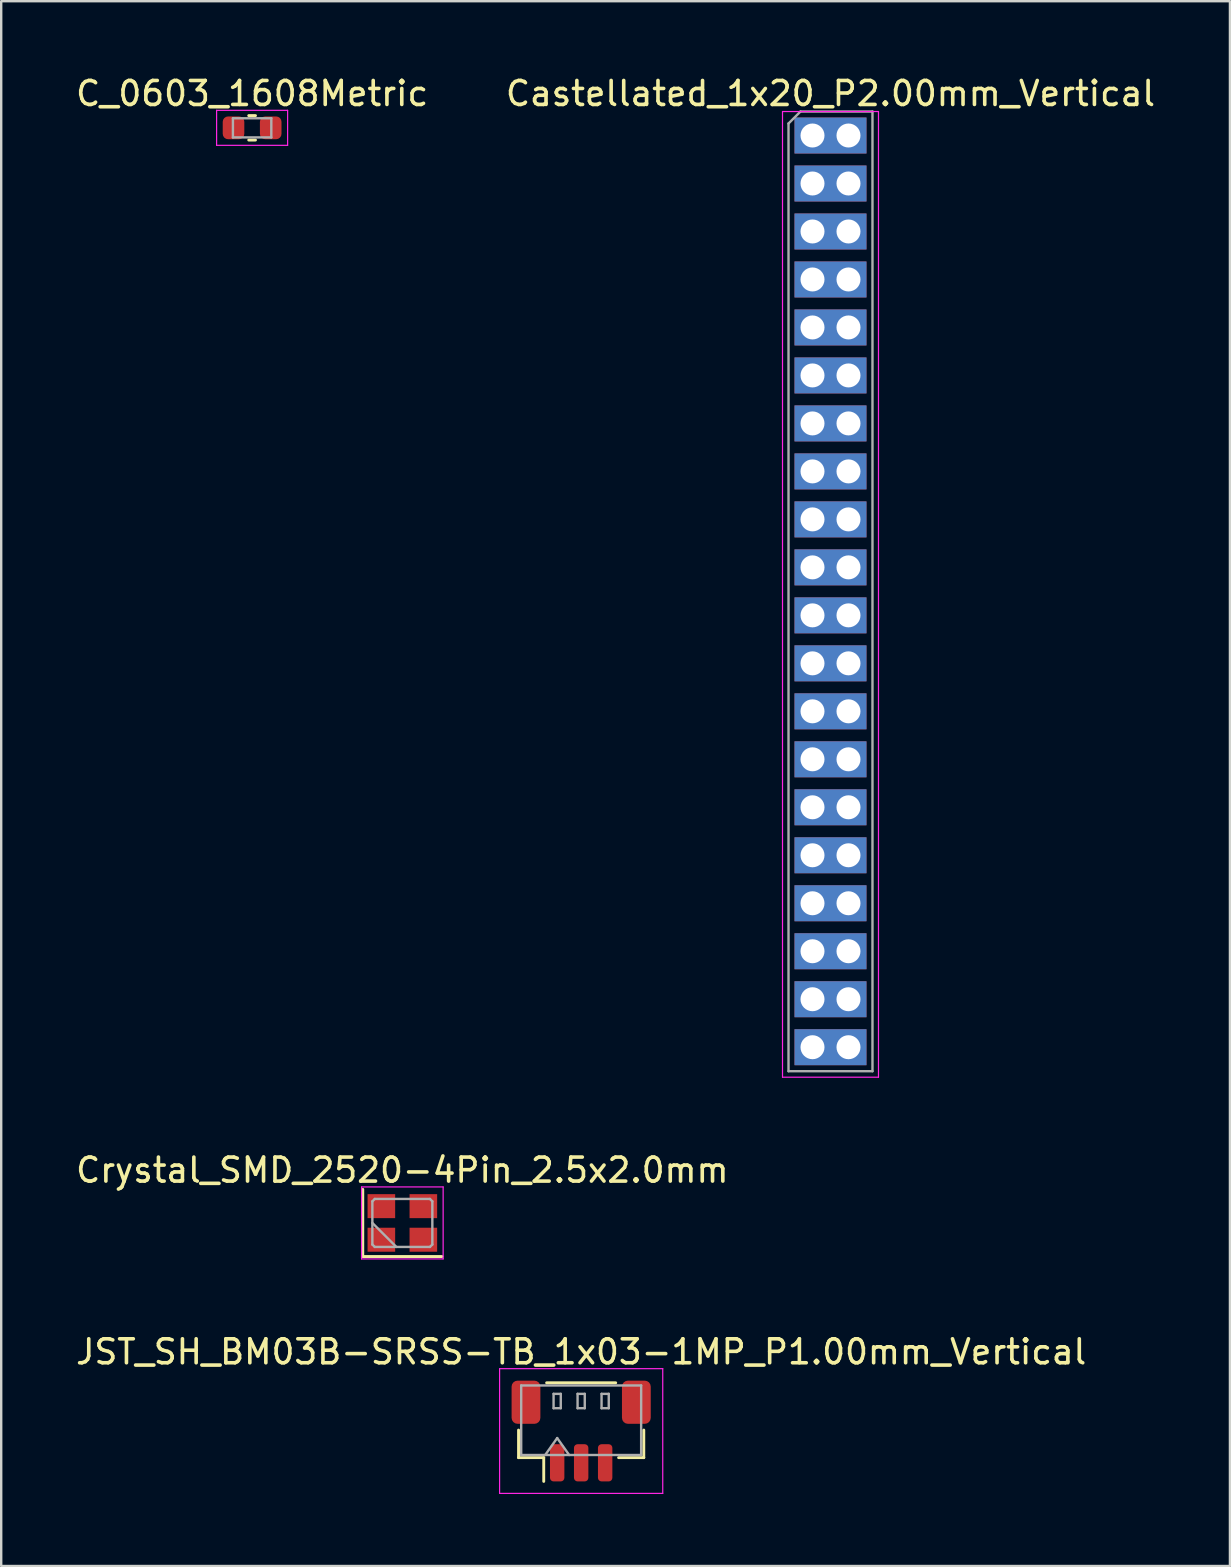
<source format=kicad_pcb>
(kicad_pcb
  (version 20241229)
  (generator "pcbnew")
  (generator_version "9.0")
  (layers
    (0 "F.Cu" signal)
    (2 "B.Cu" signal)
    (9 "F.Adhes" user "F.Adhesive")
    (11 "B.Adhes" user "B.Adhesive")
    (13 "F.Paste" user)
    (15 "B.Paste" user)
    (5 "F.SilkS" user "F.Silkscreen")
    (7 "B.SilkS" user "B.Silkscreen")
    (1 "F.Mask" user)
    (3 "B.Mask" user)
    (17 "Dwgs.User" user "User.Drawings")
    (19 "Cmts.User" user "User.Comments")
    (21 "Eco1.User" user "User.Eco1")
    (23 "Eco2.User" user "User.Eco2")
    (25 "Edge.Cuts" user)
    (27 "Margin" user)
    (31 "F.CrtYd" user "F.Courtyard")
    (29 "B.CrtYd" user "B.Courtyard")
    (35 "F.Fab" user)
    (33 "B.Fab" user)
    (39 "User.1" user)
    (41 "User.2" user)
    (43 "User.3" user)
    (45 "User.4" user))
  (footprint "Castellated_1x20_P2.00mm_Vertical"
    (layer "F.Cu")
    (at 30.815 2.598)
    (property "Reference" "Castellated_1x20_P2.00mm_Vertical" (at 0.75 -1.75 0) (layer "F.SilkS") (effects (font (size 1 1) (thickness 0.15))))
    (attr through_hole exclude_from_bom)
    (fp_line (start -1.25 -1) (end -1.25 39.25) (stroke (width 0.05) (type solid)) (layer "F.CrtYd"))
    (fp_line (start -1.25 39.25) (end 2.75 39.25) (stroke (width 0.05) (type solid)) (layer "F.CrtYd"))
    (fp_line (start 2.75 -1) (end -1.25 -1) (stroke (width 0.05) (type solid)) (layer "F.CrtYd"))
    (fp_line (start 2.75 39.25) (end 2.75 -1) (stroke (width 0.05) (type solid)) (layer "F.CrtYd"))
    (fp_line (start -1 -0.5) (end -0.5 -1) (stroke (width 0.1) (type solid)) (layer "F.Fab"))
    (fp_line (start -1 39) (end -1 -0.5) (stroke (width 0.1) (type solid)) (layer "F.Fab"))
    (fp_line (start -0.5 -1) (end 2.5 -1) (stroke (width 0.1) (type solid)) (layer "F.Fab"))
    (fp_line (start 2.5 -1) (end 2.5 39) (stroke (width 0.1) (type solid)) (layer "F.Fab"))
    (fp_line (start 2.5 39) (end -1 39) (stroke (width 0.1) (type solid)) (layer "F.Fab"))
    (pad "1" thru_hole circle (at 0 0) (size 1.35 1.35) (drill 1) (layers "*.Cu" "*.Mask"))
    (pad "1" smd rect (at 0.75 0) (size 3 1.5) (layers "F.Cu" "F.Mask"))
    (pad "1" smd rect (at 0.75 0) (size 3 1.5) (layers "B.Cu" "B.Mask"))
    (pad "1" thru_hole circle (at 1.5 0) (size 1.35 1.35) (drill 1) (layers "*.Cu" "*.Mask"))
    (pad "2" thru_hole oval (at 0 2) (size 1.35 1.35) (drill 1) (layers "*.Cu" "*.Mask"))
    (pad "2" smd rect (at 0.75 2) (size 3 1.5) (layers "F.Cu" "F.Mask"))
    (pad "2" smd rect (at 0.75 2) (size 3 1.5) (layers "B.Cu" "B.Mask"))
    (pad "2" thru_hole oval (at 1.5 2) (size 1.35 1.35) (drill 1) (layers "*.Cu" "*.Mask"))
    (pad "3" thru_hole oval (at 0 4) (size 1.35 1.35) (drill 1) (layers "*.Cu" "*.Mask"))
    (pad "3" smd rect (at 0.75 4) (size 3 1.5) (layers "F.Cu" "F.Mask"))
    (pad "3" smd rect (at 0.75 4) (size 3 1.5) (layers "B.Cu" "B.Mask"))
    (pad "3" thru_hole oval (at 1.5 4) (size 1.35 1.35) (drill 1) (layers "*.Cu" "*.Mask"))
    (pad "4" thru_hole oval (at 0 6) (size 1.35 1.35) (drill 1) (layers "*.Cu" "*.Mask"))
    (pad "4" smd rect (at 0.75 6) (size 3 1.5) (layers "F.Cu" "F.Mask"))
    (pad "4" smd rect (at 0.75 6 180) (size 3 1.5) (layers "B.Cu" "B.Mask"))
    (pad "4" thru_hole oval (at 1.5 6) (size 1.35 1.35) (drill 1) (layers "*.Cu" "*.Mask"))
    (pad "5" thru_hole oval (at 0 8) (size 1.35 1.35) (drill 1) (layers "*.Cu" "*.Mask"))
    (pad "5" smd rect (at 0.75 8) (size 3 1.5) (layers "F.Cu" "F.Mask"))
    (pad "5" smd rect (at 0.75 8 180) (size 3 1.5) (layers "B.Cu" "B.Mask"))
    (pad "5" thru_hole oval (at 1.5 8) (size 1.35 1.35) (drill 1) (layers "*.Cu" "*.Mask"))
    (pad "6" thru_hole oval (at 0 10) (size 1.35 1.35) (drill 1) (layers "*.Cu" "*.Mask"))
    (pad "6" smd rect (at 0.75 10) (size 3 1.5) (layers "F.Cu" "F.Mask"))
    (pad "6" smd rect (at 0.75 10 180) (size 3 1.5) (layers "B.Cu" "B.Mask"))
    (pad "6" thru_hole oval (at 1.5 10) (size 1.35 1.35) (drill 1) (layers "*.Cu" "*.Mask"))
    (pad "7" thru_hole oval (at 0 12) (size 1.35 1.35) (drill 1) (layers "*.Cu" "*.Mask"))
    (pad "7" smd rect (at 0.75 12) (size 3 1.5) (layers "F.Cu" "F.Mask"))
    (pad "7" smd rect (at 0.75 12 180) (size 3 1.5) (layers "B.Cu" "B.Mask"))
    (pad "7" thru_hole oval (at 1.5 12) (size 1.35 1.35) (drill 1) (layers "*.Cu" "*.Mask"))
    (pad "8" thru_hole oval (at 0 14) (size 1.35 1.35) (drill 1) (layers "*.Cu" "*.Mask"))
    (pad "8" smd rect (at 0.75 14) (size 3 1.5) (layers "F.Cu" "F.Mask"))
    (pad "8" smd rect (at 0.75 14 180) (size 3 1.5) (layers "B.Cu" "B.Mask"))
    (pad "8" thru_hole oval (at 1.5 14) (size 1.35 1.35) (drill 1) (layers "*.Cu" "*.Mask"))
    (pad "9" thru_hole oval (at 0 16) (size 1.35 1.35) (drill 1) (layers "*.Cu" "*.Mask"))
    (pad "9" smd rect (at 0.75 16) (size 3 1.5) (layers "F.Cu" "F.Mask"))
    (pad "9" smd rect (at 0.75 16 180) (size 3 1.5) (layers "B.Cu" "B.Mask"))
    (pad "9" thru_hole oval (at 1.5 16) (size 1.35 1.35) (drill 1) (layers "*.Cu" "*.Mask"))
    (pad "10" thru_hole oval (at 0 18) (size 1.35 1.35) (drill 1) (layers "*.Cu" "*.Mask"))
    (pad "10" smd rect (at 0.75 18) (size 3 1.5) (layers "F.Cu" "F.Mask"))
    (pad "10" smd rect (at 0.75 18 180) (size 3 1.5) (layers "B.Cu" "B.Mask"))
    (pad "10" thru_hole oval (at 1.5 18) (size 1.35 1.35) (drill 1) (layers "*.Cu" "*.Mask"))
    (pad "11" thru_hole oval (at 0 20) (size 1.35 1.35) (drill 1) (layers "*.Cu" "*.Mask"))
    (pad "11" smd rect (at 0.75 20) (size 3 1.5) (layers "F.Cu" "F.Mask"))
    (pad "11" smd rect (at 0.75 20 180) (size 3 1.5) (layers "B.Cu" "B.Mask"))
    (pad "11" thru_hole oval (at 1.5 20) (size 1.35 1.35) (drill 1) (layers "*.Cu" "*.Mask"))
    (pad "12" thru_hole oval (at 0 22) (size 1.35 1.35) (drill 1) (layers "*.Cu" "*.Mask"))
    (pad "12" smd rect (at 0.75 22) (size 3 1.5) (layers "F.Cu" "F.Mask"))
    (pad "12" smd rect (at 0.75 22 180) (size 3 1.5) (layers "B.Cu" "B.Mask"))
    (pad "12" thru_hole oval (at 1.5 22) (size 1.35 1.35) (drill 1) (layers "*.Cu" "*.Mask"))
    (pad "13" thru_hole oval (at 0 24) (size 1.35 1.35) (drill 1) (layers "*.Cu" "*.Mask"))
    (pad "13" smd rect (at 0.75 24) (size 3 1.5) (layers "F.Cu" "F.Mask"))
    (pad "13" smd rect (at 0.75 24 180) (size 3 1.5) (layers "B.Cu" "B.Mask"))
    (pad "13" thru_hole oval (at 1.5 24) (size 1.35 1.35) (drill 1) (layers "*.Cu" "*.Mask"))
    (pad "14" thru_hole oval (at 0 26) (size 1.35 1.35) (drill 1) (layers "*.Cu" "*.Mask"))
    (pad "14" smd rect (at 0.75 26) (size 3 1.5) (layers "F.Cu" "F.Mask"))
    (pad "14" smd rect (at 0.75 26 180) (size 3 1.5) (layers "B.Cu" "B.Mask"))
    (pad "14" thru_hole oval (at 1.5 26) (size 1.35 1.35) (drill 1) (layers "*.Cu" "*.Mask"))
    (pad "15" thru_hole oval (at 0 28) (size 1.35 1.35) (drill 1) (layers "*.Cu" "*.Mask"))
    (pad "15" smd rect (at 0.75 28) (size 3 1.5) (layers "F.Cu" "F.Mask"))
    (pad "15" smd rect (at 0.75 28 180) (size 3 1.5) (layers "B.Cu" "B.Mask"))
    (pad "15" thru_hole oval (at 1.5 28) (size 1.35 1.35) (drill 1) (layers "*.Cu" "*.Mask"))
    (pad "16" thru_hole oval (at 0 30) (size 1.35 1.35) (drill 1) (layers "*.Cu" "*.Mask"))
    (pad "16" smd rect (at 0.75 30) (size 3 1.5) (layers "F.Cu" "F.Mask"))
    (pad "16" smd rect (at 0.75 30 180) (size 3 1.5) (layers "B.Cu" "B.Mask"))
    (pad "16" thru_hole oval (at 1.5 30) (size 1.35 1.35) (drill 1) (layers "*.Cu" "*.Mask"))
    (pad "17" thru_hole oval (at 0 32) (size 1.35 1.35) (drill 1) (layers "*.Cu" "*.Mask"))
    (pad "17" smd rect (at 0.75 32) (size 3 1.5) (layers "F.Cu" "F.Mask"))
    (pad "17" smd rect (at 0.75 32 180) (size 3 1.5) (layers "B.Cu" "B.Mask"))
    (pad "17" thru_hole oval (at 1.5 32) (size 1.35 1.35) (drill 1) (layers "*.Cu" "*.Mask"))
    (pad "18" thru_hole oval (at 0 34) (size 1.35 1.35) (drill 1) (layers "*.Cu" "*.Mask"))
    (pad "18" smd rect (at 0.75 34) (size 3 1.5) (layers "F.Cu" "F.Mask"))
    (pad "18" smd rect (at 0.75 34 180) (size 3 1.5) (layers "B.Cu" "B.Mask"))
    (pad "18" thru_hole oval (at 1.5 34) (size 1.35 1.35) (drill 1) (layers "*.Cu" "*.Mask"))
    (pad "19" thru_hole oval (at 0 36) (size 1.35 1.35) (drill 1) (layers "*.Cu" "*.Mask"))
    (pad "19" smd rect (at 0.75 36) (size 3 1.5) (layers "F.Cu" "F.Mask"))
    (pad "19" smd rect (at 0.75 36 180) (size 3 1.5) (layers "B.Cu" "B.Mask"))
    (pad "19" thru_hole oval (at 1.5 36) (size 1.35 1.35) (drill 1) (layers "*.Cu" "*.Mask"))
    (pad "20" thru_hole oval (at 0 38) (size 1.35 1.35) (drill 1) (layers "*.Cu" "*.Mask"))
    (pad "20" smd rect (at 0.75 38) (size 3 1.5) (layers "F.Cu" "F.Mask"))
    (pad "20" smd rect (at 0.75 38 180) (size 3 1.5) (layers "B.Cu" "B.Mask"))
    (pad "20" thru_hole oval (at 1.5 38) (size 1.35 1.35) (drill 1) (layers "*.Cu" "*.Mask")))
  (footprint "Crystal_SMD_2520-4Pin_2.5x2.0mm"
    (layer "F.Cu")
    (at 13.72 47.922)
    (property "Reference" "Crystal_SMD_2520-4Pin_2.5x2.0mm" (at 0 -2.2 180) (layer "F.SilkS") (effects (font (size 1 1) (thickness 0.15))))
    (attr smd)
    (fp_line (start -1.65 -1.4) (end -1.65 1.4) (stroke (width 0.12) (type solid)) (layer "F.SilkS"))
    (fp_line (start -1.65 1.4) (end 1.65 1.4) (stroke (width 0.12) (type solid)) (layer "F.SilkS"))
    (fp_line (start -1.7 -1.5) (end -1.7 1.5) (stroke (width 0.05) (type solid)) (layer "F.CrtYd"))
    (fp_line (start -1.7 1.5) (end 1.7 1.5) (stroke (width 0.05) (type solid)) (layer "F.CrtYd"))
    (fp_line (start 1.7 -1.5) (end -1.7 -1.5) (stroke (width 0.05) (type solid)) (layer "F.CrtYd"))
    (fp_line (start 1.7 1.5) (end 1.7 -1.5) (stroke (width 0.05) (type solid)) (layer "F.CrtYd"))
    (fp_line (start -1.25 -0.9) (end -1.15 -1) (stroke (width 0.1) (type solid)) (layer "F.Fab"))
    (fp_line (start -1.25 0) (end -0.25 1) (stroke (width 0.1) (type solid)) (layer "F.Fab"))
    (fp_line (start -1.25 0.9) (end -1.25 -0.9) (stroke (width 0.1) (type solid)) (layer "F.Fab"))
    (fp_line (start -1.15 -1) (end 1.15 -1) (stroke (width 0.1) (type solid)) (layer "F.Fab"))
    (fp_line (start -1.15 1) (end -1.25 0.9) (stroke (width 0.1) (type solid)) (layer "F.Fab"))
    (fp_line (start 1.15 -1) (end 1.25 -0.9) (stroke (width 0.1) (type solid)) (layer "F.Fab"))
    (fp_line (start 1.15 1) (end -1.15 1) (stroke (width 0.1) (type solid)) (layer "F.Fab"))
    (fp_line (start 1.25 -0.9) (end 1.25 0.9) (stroke (width 0.1) (type solid)) (layer "F.Fab"))
    (fp_line (start 1.25 0.9) (end 1.15 1) (stroke (width 0.1) (type solid)) (layer "F.Fab"))
    (pad "1" smd rect (at -0.875 0.7) (size 1.15 1) (layers "F.Cu" "F.Mask" "F.Paste"))
    (pad "2" smd rect (at 0.875 0.7) (size 1.15 1) (layers "F.Cu" "F.Mask" "F.Paste"))
    (pad "3" smd rect (at 0.875 -0.7) (size 1.15 1) (layers "F.Cu" "F.Mask" "F.Paste"))
    (pad "4" smd rect (at -0.875 -0.7) (size 1.15 1) (layers "F.Cu" "F.Mask" "F.Paste")))
  (footprint "C_0603_1608Metric"
    (layer "F.Cu")
    (at 7.458 2.278)
    (property "Reference" "C_0603_1608Metric" (at 0 -1.43 180) (layer "F.SilkS") (effects (font (size 1 1) (thickness 0.15))))
    (attr smd)
    (fp_line (start -0.141 -0.51) (end 0.141 -0.51) (stroke (width 0.12) (type solid)) (layer "F.SilkS"))
    (fp_line (start -0.141 0.51) (end 0.141 0.51) (stroke (width 0.12) (type solid)) (layer "F.SilkS"))
    (fp_line (start -1.48 -0.73) (end 1.48 -0.73) (stroke (width 0.05) (type solid)) (layer "F.CrtYd"))
    (fp_line (start -1.48 0.73) (end -1.48 -0.73) (stroke (width 0.05) (type solid)) (layer "F.CrtYd"))
    (fp_line (start 1.48 -0.73) (end 1.48 0.73) (stroke (width 0.05) (type solid)) (layer "F.CrtYd"))
    (fp_line (start 1.48 0.73) (end -1.48 0.73) (stroke (width 0.05) (type solid)) (layer "F.CrtYd"))
    (fp_line (start -0.8 -0.4) (end 0.8 -0.4) (stroke (width 0.1) (type solid)) (layer "F.Fab"))
    (fp_line (start -0.8 0.4) (end -0.8 -0.4) (stroke (width 0.1) (type solid)) (layer "F.Fab"))
    (fp_line (start 0.8 -0.4) (end 0.8 0.4) (stroke (width 0.1) (type solid)) (layer "F.Fab"))
    (fp_line (start 0.8 0.4) (end -0.8 0.4) (stroke (width 0.1) (type solid)) (layer "F.Fab"))
    (pad "1" smd roundrect (at -0.775 0) (size 0.9 0.95) (layers "F.Cu" "F.Mask" "F.Paste") (roundrect_rratio 0.25))
    (pad "2" smd roundrect (at 0.775 0) (size 0.9 0.95) (layers "F.Cu" "F.Mask" "F.Paste") (roundrect_rratio 0.25)))
  (footprint "JST_SH_BM03B-SRSS-TB_1x03-1MP_P1.00mm_Vertical"
    (layer "F.Cu")
    (at 21.173 56.595)
    (property "Reference" "JST_SH_BM03B-SRSS-TB_1x03-1MP_P1.00mm_Vertical" (at 0 -3.3 0) (layer "F.SilkS") (effects (font (size 1 1) (thickness 0.15))))
    (attr smd exclude_from_bom dnp)
    (fp_line (start -2.61 -0.04) (end -2.61 1.11) (stroke (width 0.12) (type solid)) (layer "F.SilkS"))
    (fp_line (start -2.61 1.11) (end -1.56 1.11) (stroke (width 0.12) (type solid)) (layer "F.SilkS"))
    (fp_line (start -1.56 1.11) (end -1.56 2.1) (stroke (width 0.12) (type solid)) (layer "F.SilkS"))
    (fp_line (start -1.44 -2.01) (end 1.44 -2.01) (stroke (width 0.12) (type solid)) (layer "F.SilkS"))
    (fp_line (start 2.61 -0.04) (end 2.61 1.11) (stroke (width 0.12) (type solid)) (layer "F.SilkS"))
    (fp_line (start 2.61 1.11) (end 1.56 1.11) (stroke (width 0.12) (type solid)) (layer "F.SilkS"))
    (fp_line (start -3.4 -2.6) (end -3.4 2.6) (stroke (width 0.05) (type solid)) (layer "F.CrtYd"))
    (fp_line (start -3.4 2.6) (end 3.4 2.6) (stroke (width 0.05) (type solid)) (layer "F.CrtYd"))
    (fp_line (start 3.4 -2.6) (end -3.4 -2.6) (stroke (width 0.05) (type solid)) (layer "F.CrtYd"))
    (fp_line (start 3.4 2.6) (end 3.4 -2.6) (stroke (width 0.05) (type solid)) (layer "F.CrtYd"))
    (fp_line (start -2.5 -1.9) (end 2.5 -1.9) (stroke (width 0.1) (type solid)) (layer "F.Fab"))
    (fp_line (start -2.5 1) (end -2.5 -1.9) (stroke (width 0.1) (type solid)) (layer "F.Fab"))
    (fp_line (start -2.5 1) (end 2.5 1) (stroke (width 0.1) (type solid)) (layer "F.Fab"))
    (fp_line (start -1.5 1) (end -1 0.293) (stroke (width 0.1) (type solid)) (layer "F.Fab"))
    (fp_line (start -1.15 -1.55) (end -1.15 -0.95) (stroke (width 0.1) (type solid)) (layer "F.Fab"))
    (fp_line (start -1.15 -0.95) (end -0.85 -0.95) (stroke (width 0.1) (type solid)) (layer "F.Fab"))
    (fp_line (start -1 0.293) (end -0.5 1) (stroke (width 0.1) (type solid)) (layer "F.Fab"))
    (fp_line (start -0.85 -1.55) (end -1.15 -1.55) (stroke (width 0.1) (type solid)) (layer "F.Fab"))
    (fp_line (start -0.85 -0.95) (end -0.85 -1.55) (stroke (width 0.1) (type solid)) (layer "F.Fab"))
    (fp_line (start -0.15 -1.55) (end -0.15 -0.95) (stroke (width 0.1) (type solid)) (layer "F.Fab"))
    (fp_line (start -0.15 -0.95) (end 0.15 -0.95) (stroke (width 0.1) (type solid)) (layer "F.Fab"))
    (fp_line (start 0.15 -1.55) (end -0.15 -1.55) (stroke (width 0.1) (type solid)) (layer "F.Fab"))
    (fp_line (start 0.15 -0.95) (end 0.15 -1.55) (stroke (width 0.1) (type solid)) (layer "F.Fab"))
    (fp_line (start 0.85 -1.55) (end 0.85 -0.95) (stroke (width 0.1) (type solid)) (layer "F.Fab"))
    (fp_line (start 0.85 -0.95) (end 1.15 -0.95) (stroke (width 0.1) (type solid)) (layer "F.Fab"))
    (fp_line (start 1.15 -1.55) (end 0.85 -1.55) (stroke (width 0.1) (type solid)) (layer "F.Fab"))
    (fp_line (start 1.15 -0.95) (end 1.15 -1.55) (stroke (width 0.1) (type solid)) (layer "F.Fab"))
    (fp_line (start 2.5 1) (end 2.5 -1.9) (stroke (width 0.1) (type solid)) (layer "F.Fab"))
    (pad "1" smd roundrect (at -1 1.325) (size 0.6 1.55) (layers "F.Cu" "F.Mask") (roundrect_rratio 0.25))
    (pad "2" smd roundrect (at 0 1.325) (size 0.6 1.55) (layers "F.Cu" "F.Mask") (roundrect_rratio 0.25))
    (pad "3" smd roundrect (at 1 1.325) (size 0.6 1.55) (layers "F.Cu" "F.Mask") (roundrect_rratio 0.25))
    (pad "MP" smd roundrect (at -2.3 -1.2) (size 1.2 1.8) (layers "F.Cu" "F.Mask") (roundrect_rratio 0.208))
    (pad "MP" smd roundrect (at 2.3 -1.2) (size 1.2 1.8) (layers "F.Cu" "F.Mask") (roundrect_rratio 0.208)))
  (gr_rect
    (start -3 -3)
    (end 48.214 62.22)
    (stroke (width 0.1) (type default))
    (fill no)
    (layer "Edge.Cuts")))
</source>
